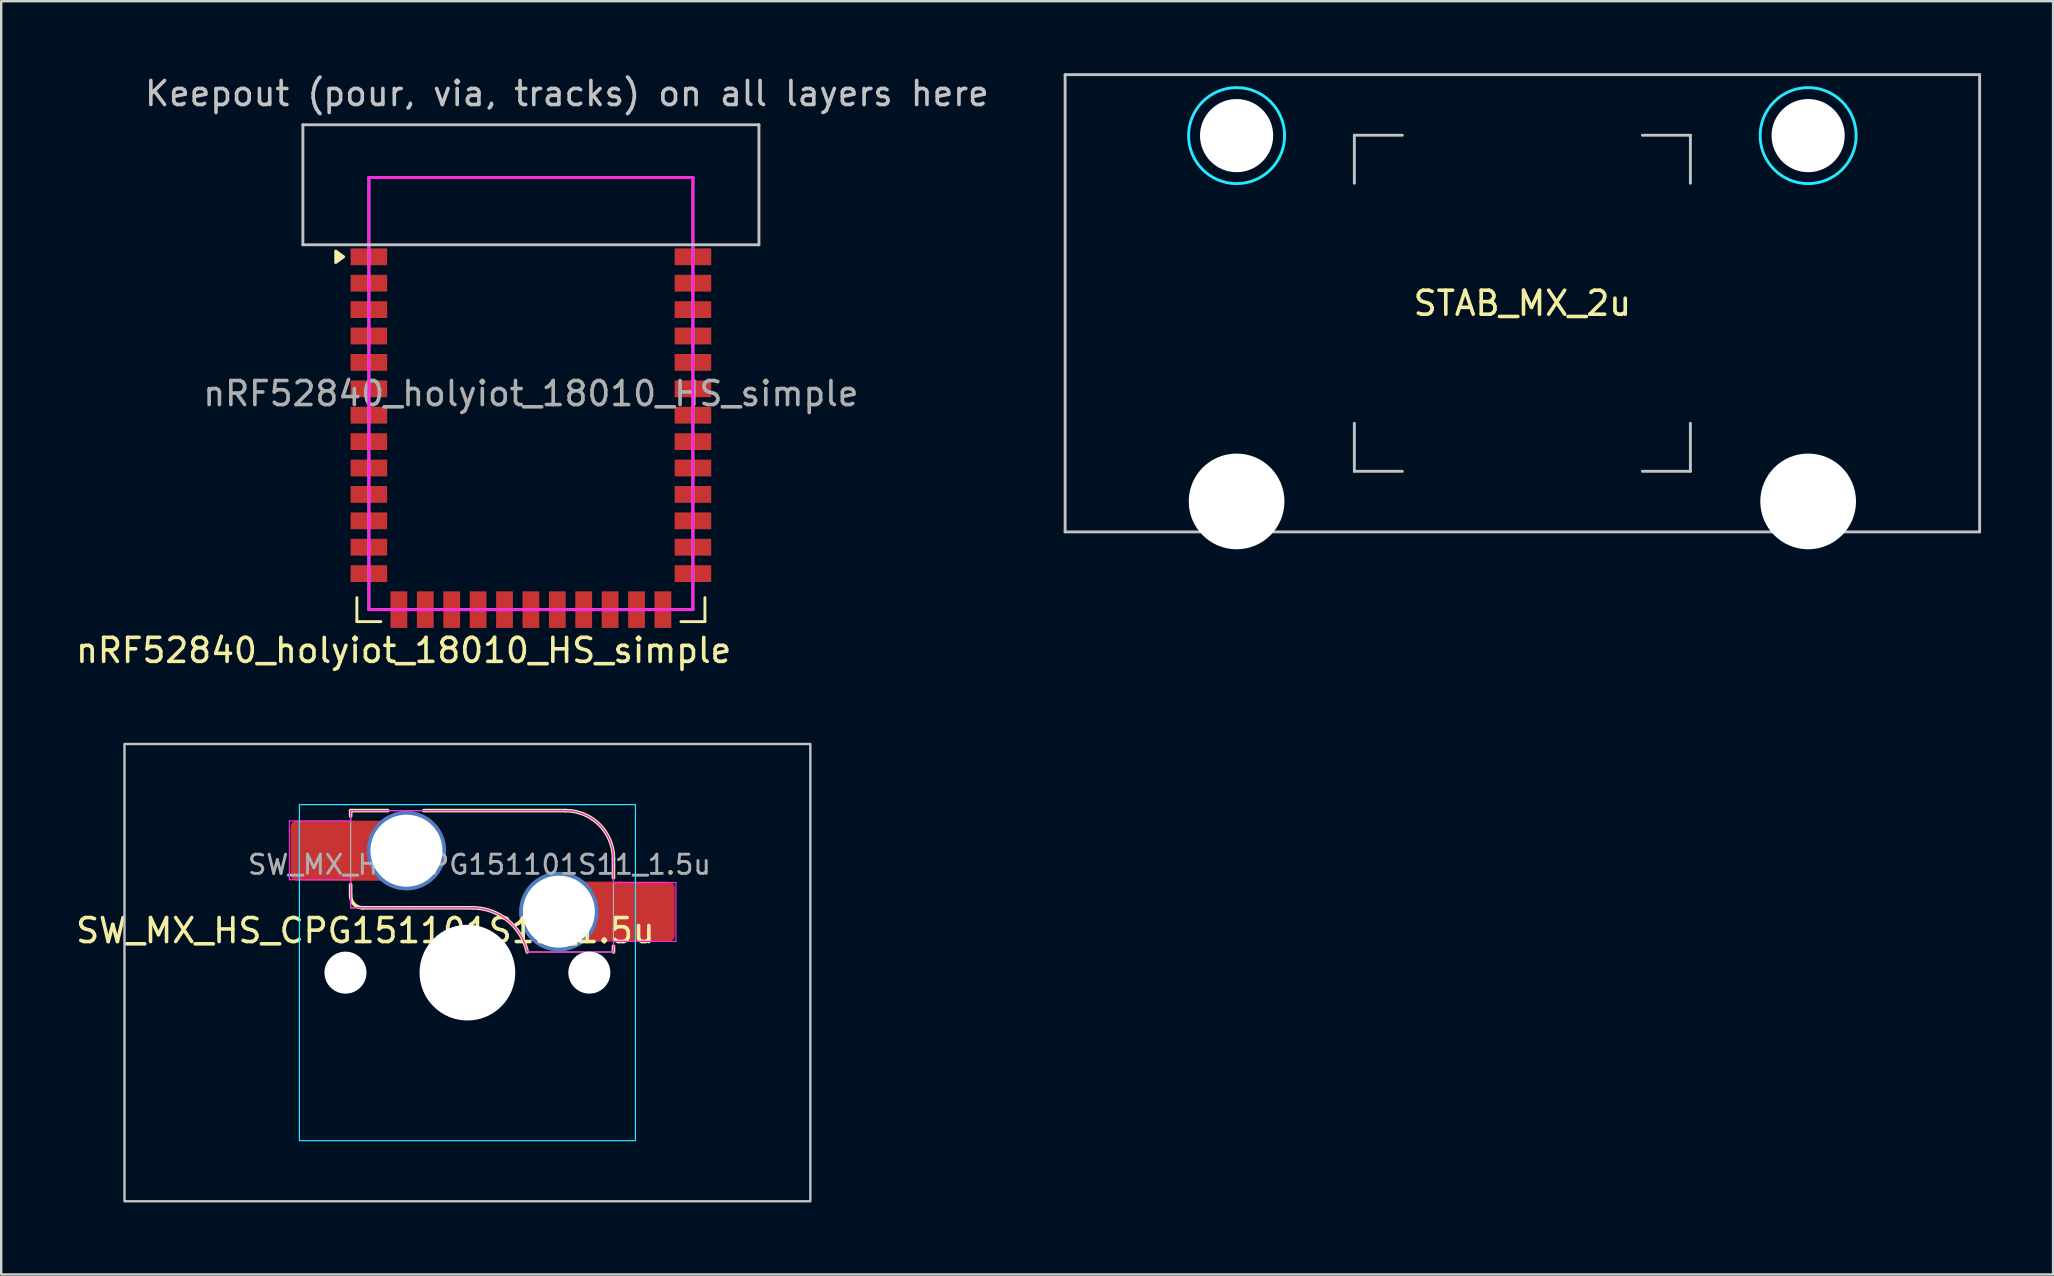
<source format=kicad_pcb>
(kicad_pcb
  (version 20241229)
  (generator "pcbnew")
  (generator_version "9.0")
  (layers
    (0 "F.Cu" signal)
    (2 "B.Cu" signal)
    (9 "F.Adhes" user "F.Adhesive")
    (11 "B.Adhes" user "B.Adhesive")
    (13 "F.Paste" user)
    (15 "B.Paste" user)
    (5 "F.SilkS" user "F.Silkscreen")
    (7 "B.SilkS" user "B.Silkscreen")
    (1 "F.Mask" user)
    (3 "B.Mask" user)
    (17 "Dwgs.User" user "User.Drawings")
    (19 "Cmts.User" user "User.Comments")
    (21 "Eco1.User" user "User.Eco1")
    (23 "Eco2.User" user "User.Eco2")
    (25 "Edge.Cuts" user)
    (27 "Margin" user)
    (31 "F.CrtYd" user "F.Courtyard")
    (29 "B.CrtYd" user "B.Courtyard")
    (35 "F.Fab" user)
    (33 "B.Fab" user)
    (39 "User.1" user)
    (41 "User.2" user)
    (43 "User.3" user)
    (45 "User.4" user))
  (footprint "STAB_MX_2u"
    (layer "F.Cu")
    (at 60.374 9.585)
    (property "Reference" "STAB_MX_2u" (at 0 0 0) (layer "F.SilkS") (effects (font (size 1 1) (thickness 0.15))))
    (attr through_hole exclude_from_pos_files exclude_from_bom)
    (fp_line (start -19.05 -9.525) (end -19.05 9.525) (stroke (width 0.12) (type solid)) (layer "Dwgs.User"))
    (fp_line (start -19.05 -9.525) (end 19.05 -9.525) (stroke (width 0.12) (type solid)) (layer "Dwgs.User"))
    (fp_line (start -19.05 9.525) (end 19.05 9.525) (stroke (width 0.12) (type solid)) (layer "Dwgs.User"))
    (fp_line (start -7 -7) (end -5 -7) (stroke (width 0.12) (type solid)) (layer "Dwgs.User"))
    (fp_line (start -7 -5) (end -7 -7) (stroke (width 0.12) (type solid)) (layer "Dwgs.User"))
    (fp_line (start -7 7) (end -7 5) (stroke (width 0.12) (type solid)) (layer "Dwgs.User"))
    (fp_line (start -5 7) (end -7 7) (stroke (width 0.12) (type solid)) (layer "Dwgs.User"))
    (fp_line (start 5 -7) (end 7 -7) (stroke (width 0.12) (type solid)) (layer "Dwgs.User"))
    (fp_line (start 5 7) (end 7 7) (stroke (width 0.12) (type solid)) (layer "Dwgs.User"))
    (fp_line (start 7 -7) (end 7 -5) (stroke (width 0.12) (type solid)) (layer "Dwgs.User"))
    (fp_line (start 7 7) (end 7 5) (stroke (width 0.12) (type solid)) (layer "Dwgs.User"))
    (fp_line (start 19.05 -9.525) (end 19.05 9.525) (stroke (width 0.12) (type solid)) (layer "Dwgs.User"))
    (fp_line (start -15.281 -5.5) (end -15.281 7.5) (stroke (width 0.05) (type solid)) (layer "Eco2.User"))
    (fp_line (start -14.781 -6) (end -9.031 -6) (stroke (width 0.05) (type solid)) (layer "Eco2.User"))
    (fp_line (start -14.781 8) (end -9.031 8) (stroke (width 0.05) (type solid)) (layer "Eco2.User"))
    (fp_line (start -8.531 -5.5) (end -8.531 7.5) (stroke (width 0.05) (type solid)) (layer "Eco2.User"))
    (fp_line (start 8.531 -5.5) (end 8.531 7.5) (stroke (width 0.05) (type solid)) (layer "Eco2.User"))
    (fp_line (start 9.031 -6) (end 14.78 -6) (stroke (width 0.05) (type solid)) (layer "Eco2.User"))
    (fp_line (start 9.031 8) (end 14.781 8) (stroke (width 0.05) (type solid)) (layer "Eco2.User"))
    (fp_line (start 15.28 -5.5) (end 15.281 7.5) (stroke (width 0.05) (type solid)) (layer "Eco2.User"))
    (fp_arc (start -15.28125 -5.499999) (mid -15.134803 -5.853552) (end -14.78125 -5.999999) (stroke (width 0.05) (type solid)) (layer "Eco2.User"))
    (fp_arc (start -14.78125 8.000001) (mid -15.134803 7.853554) (end -15.28125 7.500001) (stroke (width 0.05) (type solid)) (layer "Eco2.User"))
    (fp_arc (start -9.03125 -5.999999) (mid -8.677697 -5.853552) (end -8.53125 -5.499999) (stroke (width 0.05) (type solid)) (layer "Eco2.User"))
    (fp_arc (start -8.53125 7.500001) (mid -8.677697 7.853554) (end -9.03125 8.000001) (stroke (width 0.05) (type solid)) (layer "Eco2.User"))
    (fp_arc (start 8.53125 -5.499999) (mid 8.677697 -5.853552) (end 9.03125 -5.999999) (stroke (width 0.05) (type solid)) (layer "Eco2.User"))
    (fp_arc (start 9.03125 8.000001) (mid 8.677697 7.853554) (end 8.53125 7.500001) (stroke (width 0.05) (type solid)) (layer "Eco2.User"))
    (fp_arc (start 14.780039 -5.999999) (mid 15.133592 -5.853552) (end 15.280039 -5.499999) (stroke (width 0.05) (type solid)) (layer "Eco2.User"))
    (fp_arc (start 15.28125 7.500001) (mid 15.134803 7.853554) (end 14.78125 8.000001) (stroke (width 0.05) (type solid)) (layer "Eco2.User"))
    (fp_circle (center -11.906 -6.985) (end -9.906 -6.985) (stroke (width 0.12) (type solid)) (fill no) (layer "B.CrtYd"))
    (fp_circle (center 11.906 -6.985) (end 13.906 -6.985) (stroke (width 0.12) (type solid)) (fill no) (layer "B.CrtYd"))
    (pad "" np_thru_hole circle (at -11.906 -6.985) (size 3.048 3.048) (drill 3.048) (layers "*.Cu" "*.Mask"))
    (pad "" np_thru_hole circle (at -11.906 8.255) (size 3.988 3.988) (drill 3.988) (layers "*.Cu" "*.Mask"))
    (pad "" np_thru_hole circle (at 11.906 -6.985) (size 3.048 3.048) (drill 3.048) (layers "*.Cu" "*.Mask"))
    (pad "" np_thru_hole circle (at 11.906 8.255) (size 3.988 3.988) (drill 3.988) (layers "*.Cu" "*.Mask")))
  (footprint "SW_MX_HS_CPG151101S11_1.5u"
    (layer "F.Cu")
    (at 16.423 37.471)
    (property "Reference" "SW_MX_HS_CPG151101S11_1.5u" (at -4.25 -1.75 0) (layer "F.SilkS") (effects (font (size 1 1) (thickness 0.15))))
    (attr smd)
    (fp_line (start -4.865 -6.75) (end -4.865 -6.52) (stroke (width 0.15) (type solid)) (layer "F.SilkS"))
    (fp_line (start -4.865 -3.67) (end -4.865 -3.2) (stroke (width 0.15) (type solid)) (layer "F.SilkS"))
    (fp_line (start -4.365 -2.7) (end 0.2 -2.7) (stroke (width 0.15) (type solid)) (layer "F.SilkS"))
    (fp_line (start -3.315 -6.75) (end -4.865 -6.75) (stroke (width 0.15) (type solid)) (layer "F.SilkS"))
    (fp_line (start 4.085 -6.75) (end -1.815 -6.75) (stroke (width 0.15) (type solid)) (layer "F.SilkS"))
    (fp_line (start 6.085 -3.95) (end 6.085 -4.75) (stroke (width 0.15) (type solid)) (layer "F.SilkS"))
    (fp_line (start 6.085 -1.1) (end 6.085 -0.86) (stroke (width 0.15) (type solid)) (layer "F.SilkS"))
    (fp_arc (start -4.364824 -2.70022) (mid -4.718377 -2.846667) (end -4.864824 -3.20022) (stroke (width 0.15) (type solid)) (layer "F.SilkS"))
    (fp_arc (start 0.2 -2.70022) (mid 1.670693 -2.183637) (end 2.494322 -0.86022) (stroke (width 0.15) (type solid)) (layer "F.SilkS"))
    (fp_arc (start 4.085176 -6.75022) (mid 5.49939 -6.164434) (end 6.085176 -4.75022) (stroke (width 0.15) (type solid)) (layer "F.SilkS"))
    (fp_rect (start -14.287 -9.525) (end 14.287 9.525) (stroke (width 0.1) (type default)) (fill no) (layer "Dwgs.User"))
    (fp_line (start -7 -6.5) (end -7 6.5) (stroke (width 0.05) (type solid)) (layer "Eco2.User"))
    (fp_line (start -6.5 7) (end 6.5 7) (stroke (width 0.05) (type solid)) (layer "Eco2.User"))
    (fp_line (start 6.5 -7) (end -6.5 -7) (stroke (width 0.05) (type solid)) (layer "Eco2.User"))
    (fp_line (start 7 6.5) (end 7 -6.5) (stroke (width 0.05) (type solid)) (layer "Eco2.User"))
    (fp_arc (start -7 -6.5) (mid -6.853553 -6.853553) (end -6.5 -7) (stroke (width 0.05) (type solid)) (layer "Eco2.User"))
    (fp_arc (start -6.497236 6.998884) (mid -6.850789 6.852437) (end -6.997236 6.498884) (stroke (width 0.05) (type solid)) (layer "Eco2.User"))
    (fp_arc (start 6.5 -7) (mid 6.853553 -6.853553) (end 7 -6.5) (stroke (width 0.05) (type solid)) (layer "Eco2.User"))
    (fp_arc (start 7 6.5) (mid 6.853553 6.853553) (end 6.5 7) (stroke (width 0.05) (type solid)) (layer "Eco2.User"))
    (fp_rect (start -7 -7) (end 7 7) (stroke (width 0.05) (type default)) (fill no) (layer "B.CrtYd"))
    (fp_line (start -7.415 -6.32) (end -4.865 -6.32) (stroke (width 0.05) (type solid)) (layer "F.CrtYd"))
    (fp_line (start -7.415 -3.87) (end -7.415 -6.32) (stroke (width 0.05) (type solid)) (layer "F.CrtYd"))
    (fp_line (start -4.865 -6.75) (end -4.865 -6.32) (stroke (width 0.05) (type solid)) (layer "F.CrtYd"))
    (fp_line (start -4.865 -3.87) (end -7.415 -3.87) (stroke (width 0.05) (type solid)) (layer "F.CrtYd"))
    (fp_line (start -4.865 -3.87) (end -4.865 -2.7) (stroke (width 0.05) (type solid)) (layer "F.CrtYd"))
    (fp_line (start -4.865 -2.7) (end 0.2 -2.7) (stroke (width 0.05) (type solid)) (layer "F.CrtYd"))
    (fp_line (start 4.085 -6.75) (end -4.865 -6.75) (stroke (width 0.05) (type solid)) (layer "F.CrtYd"))
    (fp_line (start 6.085 -3.75) (end 6.085 -4.75) (stroke (width 0.05) (type solid)) (layer "F.CrtYd"))
    (fp_line (start 6.085 -3.75) (end 8.685 -3.75) (stroke (width 0.05) (type solid)) (layer "F.CrtYd"))
    (fp_line (start 6.085 -1.3) (end 6.085 -0.86) (stroke (width 0.05) (type solid)) (layer "F.CrtYd"))
    (fp_line (start 6.085 -0.86) (end 2.494 -0.86) (stroke (width 0.05) (type solid)) (layer "F.CrtYd"))
    (fp_line (start 8.685 -3.75) (end 8.685 -1.3) (stroke (width 0.05) (type solid)) (layer "F.CrtYd"))
    (fp_line (start 8.685 -1.3) (end 6.085 -1.3) (stroke (width 0.05) (type solid)) (layer "F.CrtYd"))
    (fp_arc (start 0.2 -2.70022) (mid 1.670503 -2.183399) (end 2.494322 -0.86022) (stroke (width 0.05) (type solid)) (layer "F.CrtYd"))
    (fp_arc (start 4.085176 -6.75022) (mid 5.49939 -6.164434) (end 6.085176 -4.75022) (stroke (width 0.05) (type solid)) (layer "F.CrtYd"))
    (fp_line (start -4.865 -6.75) (end -4.865 -2.7) (stroke (width 0.05) (type solid)) (layer "F.Fab"))
    (fp_line (start -4.865 -2.7) (end 0.2 -2.7) (stroke (width 0.05) (type solid)) (layer "F.Fab"))
    (fp_line (start 4.085 -6.75) (end -4.865 -6.75) (stroke (width 0.05) (type solid)) (layer "F.Fab"))
    (fp_line (start 6.085 -0.86) (end 2.494 -0.86) (stroke (width 0.05) (type solid)) (layer "F.Fab"))
    (fp_line (start 6.085 -0.86) (end 6.085 -4.75) (stroke (width 0.05) (type solid)) (layer "F.Fab"))
    (fp_arc (start 0.2 -2.70022) (mid 1.670503 -2.183399) (end 2.494322 -0.86022) (stroke (width 0.05) (type solid)) (layer "F.Fab"))
    (fp_arc (start 4.085176 -6.75022) (mid 5.49939 -6.164434) (end 6.085176 -4.75022) (stroke (width 0.05) (type solid)) (layer "F.Fab"))
    (fp_text user "${REFERENCE}" (at 0.5 -4.5 0) (layer "F.Fab") (effects (font (size 0.8 0.8) (thickness 0.12))))
    (pad "" np_thru_hole circle (at -5.08 0) (size 1.75 1.75) (drill 1.75) (layers "*.Cu" "*.Mask"))
    (pad "" np_thru_hole circle (at 0 0) (size 3.988 3.988) (drill 3.988) (layers "*.Cu" "*.Mask"))
    (pad "" np_thru_hole circle (at 5.08 0) (size 1.75 1.75) (drill 1.75) (layers "*.Cu" "*.Mask"))
    (pad "1" thru_hole circle (at 3.81 -2.54) (size 3.3 3.3) (drill 3) (layers "*.Cu" "*.Mask"))
    (pad "1" smd rect (at 5.635 -2.54 180) (size 1.65 2.5) (layers "F.Cu"))
    (pad "1" smd roundrect (at 7.36 -2.54) (size 2.55 2.5) (layers "F.Cu" "F.Mask" "F.Paste") (roundrect_rratio 0.1))
    (pad "2" smd roundrect (at -6.09 -5.08) (size 2.55 2.5) (layers "F.Cu" "F.Mask" "F.Paste") (roundrect_rratio 0.1))
    (pad "2" smd rect (at -4.34 -5.08) (size 1.65 2.5) (layers "F.Cu"))
    (pad "2" thru_hole circle (at -2.54 -5.08) (size 3.3 3.3) (drill 3) (layers "*.Cu" "*.Mask")))
  (footprint "nRF52840_holyiot_18010_HS_simple"
    (layer "F.Cu")
    (at 19.068 13.348)
    (property "Reference" "nRF52840_holyiot_18010_HS_simple" (at -5.3 10.7 0) (layer "F.SilkS") (effects (font (size 1 1) (thickness 0.15))))
    (attr smd)
    (fp_line (start -7.25 8.5) (end -7.25 9.5) (stroke (width 0.12) (type solid)) (layer "F.SilkS"))
    (fp_line (start -6.25 9.5) (end -7.25 9.5) (stroke (width 0.12) (type solid)) (layer "F.SilkS"))
    (fp_line (start 6.25 9.5) (end 7.25 9.5) (stroke (width 0.12) (type solid)) (layer "F.SilkS"))
    (fp_line (start 7.25 8.5) (end 7.25 9.5) (stroke (width 0.12) (type solid)) (layer "F.SilkS"))
    (fp_poly (pts (xy -7.802 -5.7) (xy -8.132 -5.46) (xy -8.132 -5.94) (xy -7.802 -5.7)) (stroke (width 0.12) (type solid)) (fill yes) (layer "F.SilkS"))
    (fp_line (start -9.5 -11.2) (end 9.5 -11.2) (stroke (width 0.12) (type solid)) (layer "Dwgs.User"))
    (fp_line (start -9.5 -6.2) (end -9.5 -11.2) (stroke (width 0.12) (type solid)) (layer "Dwgs.User"))
    (fp_line (start 9.5 -11.2) (end 9.5 -6.2) (stroke (width 0.12) (type solid)) (layer "Dwgs.User"))
    (fp_line (start 9.5 -6.2) (end -9.5 -6.2) (stroke (width 0.12) (type solid)) (layer "Dwgs.User"))
    (fp_line (start -6.75 -9) (end 6.75 -9) (stroke (width 0.12) (type solid)) (layer "F.CrtYd"))
    (fp_line (start -6.75 9) (end -6.75 -9) (stroke (width 0.12) (type solid)) (layer "F.CrtYd"))
    (fp_line (start 6.75 -9) (end 6.75 9) (stroke (width 0.12) (type solid)) (layer "F.CrtYd"))
    (fp_line (start 6.75 9) (end -6.75 9) (stroke (width 0.12) (type solid)) (layer "F.CrtYd"))
    (fp_line (start -6.75 -9) (end 6.75 -9) (stroke (width 0.12) (type solid)) (layer "F.Fab"))
    (fp_line (start -6.75 9) (end -6.75 -9) (stroke (width 0.12) (type solid)) (layer "F.Fab"))
    (fp_line (start 6.75 -9) (end 6.75 9) (stroke (width 0.12) (type solid)) (layer "F.Fab"))
    (fp_line (start 6.75 9) (end -6.75 9) (stroke (width 0.12) (type solid)) (layer "F.Fab"))
    (fp_text user "Keepout (pour, via, tracks) on all layers here" (at 1.5 -12.5 0) (layer "Dwgs.User") (effects (font (size 1 1) (thickness 0.15))))
    (fp_text user "${REFERENCE}" (at 0 0 0) (layer "F.Fab") (effects (font (size 1 1) (thickness 0.15))))
    (pad "1" smd rect (at -6.75 -5.7) (size 1.524 0.7) (layers "F.Cu" "F.Mask" "F.Paste"))
    (pad "2" smd rect (at -6.75 -4.6) (size 1.524 0.7) (layers "F.Cu" "F.Mask" "F.Paste"))
    (pad "3" smd rect (at -6.75 -3.5) (size 1.524 0.7) (layers "F.Cu" "F.Mask" "F.Paste"))
    (pad "4" smd rect (at -6.75 -2.4) (size 1.524 0.7) (layers "F.Cu" "F.Mask" "F.Paste"))
    (pad "5" smd rect (at -6.75 -1.3) (size 1.524 0.7) (layers "F.Cu" "F.Mask" "F.Paste"))
    (pad "6" smd rect (at -6.75 -0.2) (size 1.524 0.7) (layers "F.Cu" "F.Mask" "F.Paste"))
    (pad "7" smd rect (at -6.75 0.9) (size 1.524 0.7) (layers "F.Cu" "F.Mask" "F.Paste"))
    (pad "8" smd rect (at -6.75 2) (size 1.524 0.7) (layers "F.Cu" "F.Mask" "F.Paste"))
    (pad "9" smd rect (at -6.75 3.1) (size 1.524 0.7) (layers "F.Cu" "F.Mask" "F.Paste"))
    (pad "10" smd rect (at -6.75 4.2) (size 1.524 0.7) (layers "F.Cu" "F.Mask" "F.Paste"))
    (pad "11" smd rect (at -6.75 5.3) (size 1.524 0.7) (layers "F.Cu" "F.Mask" "F.Paste"))
    (pad "12" smd rect (at -6.75 6.4) (size 1.524 0.7) (layers "F.Cu" "F.Mask" "F.Paste"))
    (pad "13" smd rect (at -6.75 7.5) (size 1.524 0.7) (layers "F.Cu" "F.Mask" "F.Paste"))
    (pad "14" smd rect (at -5.5 9 90) (size 1.524 0.7) (layers "F.Cu" "F.Mask" "F.Paste"))
    (pad "15" smd rect (at -4.4 9 90) (size 1.524 0.7) (layers "F.Cu" "F.Mask" "F.Paste"))
    (pad "16" smd rect (at -3.3 9 90) (size 1.524 0.7) (layers "F.Cu" "F.Mask" "F.Paste"))
    (pad "17" smd rect (at -2.2 9 90) (size 1.524 0.7) (layers "F.Cu" "F.Mask" "F.Paste"))
    (pad "18" smd rect (at -1.1 9 90) (size 1.524 0.7) (layers "F.Cu" "F.Mask" "F.Paste"))
    (pad "19" smd rect (at 0 9 90) (size 1.524 0.7) (layers "F.Cu" "F.Mask" "F.Paste"))
    (pad "20" smd rect (at 1.1 9 90) (size 1.524 0.7) (layers "F.Cu" "F.Mask" "F.Paste"))
    (pad "21" smd rect (at 2.2 9 90) (size 1.524 0.7) (layers "F.Cu" "F.Mask" "F.Paste"))
    (pad "22" smd rect (at 3.3 9 90) (size 1.524 0.7) (layers "F.Cu" "F.Mask" "F.Paste"))
    (pad "23" smd rect (at 4.4 9 90) (size 1.524 0.7) (layers "F.Cu" "F.Mask" "F.Paste"))
    (pad "24" smd rect (at 5.5 9 90) (size 1.524 0.7) (layers "F.Cu" "F.Mask" "F.Paste"))
    (pad "25" smd rect (at 6.75 7.5 180) (size 1.524 0.7) (layers "F.Cu" "F.Mask" "F.Paste"))
    (pad "26" smd rect (at 6.75 6.4 180) (size 1.524 0.7) (layers "F.Cu" "F.Mask" "F.Paste"))
    (pad "27" smd rect (at 6.75 5.3 180) (size 1.524 0.7) (layers "F.Cu" "F.Mask" "F.Paste"))
    (pad "28" smd rect (at 6.75 4.2 180) (size 1.524 0.7) (layers "F.Cu" "F.Mask" "F.Paste"))
    (pad "29" smd rect (at 6.75 3.1 180) (size 1.524 0.7) (layers "F.Cu" "F.Mask" "F.Paste"))
    (pad "30" smd rect (at 6.75 2 180) (size 1.524 0.7) (layers "F.Cu" "F.Mask" "F.Paste"))
    (pad "31" smd rect (at 6.75 0.9 180) (size 1.524 0.7) (layers "F.Cu" "F.Mask" "F.Paste"))
    (pad "32" smd rect (at 6.75 -0.2 180) (size 1.524 0.7) (layers "F.Cu" "F.Mask" "F.Paste"))
    (pad "33" smd rect (at 6.75 -1.3 180) (size 1.524 0.7) (layers "F.Cu" "F.Mask" "F.Paste"))
    (pad "34" smd rect (at 6.75 -2.4 180) (size 1.524 0.7) (layers "F.Cu" "F.Mask" "F.Paste"))
    (pad "35" smd rect (at 6.75 -3.5 180) (size 1.524 0.7) (layers "F.Cu" "F.Mask" "F.Paste"))
    (pad "36" smd rect (at 6.75 -4.6 180) (size 1.524 0.7) (layers "F.Cu" "F.Mask" "F.Paste"))
    (pad "37" smd rect (at 6.75 -5.7 180) (size 1.524 0.7) (layers "F.Cu" "F.Mask" "F.Paste"))
    (zone (net_name "") (layers "F.Cu" "B.Cu") (hatch edge 0.5) (connect_pads) (min_thickness 0.25) (filled_areas_thickness no) (keepout (tracks not_allowed) (vias not_allowed) (pads not_allowed) (copperpour not_allowed) (footprints not_allowed)) (placement (enabled no)) (fill) (polygon (pts (xy 9.568 7.148) (xy 9.568 2.148) (xy 28.568 2.148) (xy 28.568 7.148)))))
  (gr_rect
    (start -3 -3)
    (end 82.484 50.047)
    (stroke (width 0.1) (type default))
    (fill no)
    (layer "Edge.Cuts")))
</source>
